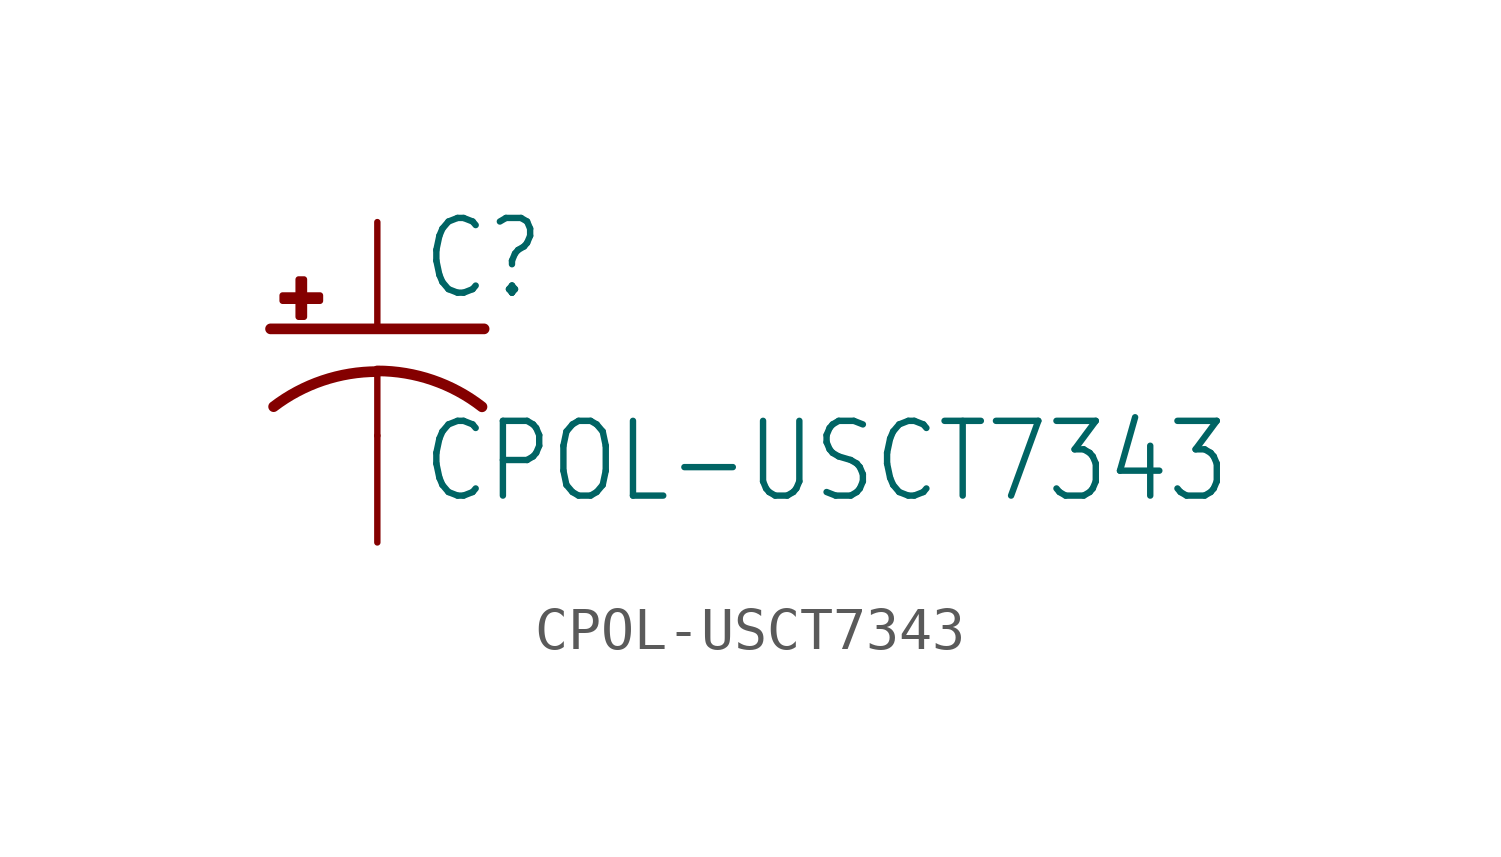
<source format=kicad_sym>
(kicad_symbol_lib
  (version 20220914)
  (generator kicad_symbol_editor)
  (symbol "CPOL-USCT7343"
    (property "Reference" "C"
      (at 1.016 0.635 0)
      (effects (font (size 1.778 1.511)) (justify left bottom)))
    (property "Value" "CPOL-USCT7343"
      (at 1.016 -4.191 0)
      (effects (font (size 1.778 1.511)) (justify left bottom)))
    (property "ki_locked" ""
      (at 0 0 0)
      (effects (font (size 1.27 1.27))))
    (symbol "CPOL-USCT7343_1_0"
      (rectangle (start -2.253 0.668) (end -1.364 0.795) (stroke (width 0) (type default)) (fill (type outline)))
      (rectangle (start -1.872 0.287) (end -1.745 1.176) (stroke (width 0) (type default)) (fill (type outline)))
      (arc (start 0 -1.0161) (mid -1.3021 -1.2302) (end -2.4669 -1.8504) (stroke (width 0.254) (type default)) (fill (type none)))
      (polyline (pts (xy -2.54 0) (xy 2.54 0)) (stroke (width 0.254) (type default)) (fill (type none)))
      (polyline (pts (xy 0 -1.016) (xy 0 -2.54)) (stroke (width 0.152) (type default)) (fill (type none)))
      (arc (start 2.4892 -1.8542) (mid 1.3158 -1.2195) (end 0 -1) (stroke (width 0.254) (type default)) (fill (type none)))
      (pin passive line (at 0 2.54 270) (length 2.54) (name "+" (effects (font (size 0 0)))) (number "+" (effects (font (size 0 0)))))
      (pin passive line (at 0 -5.08 90) (length 2.54) (name "-" (effects (font (size 0 0)))) (number "-" (effects (font (size 0 0))))))))
</source>
